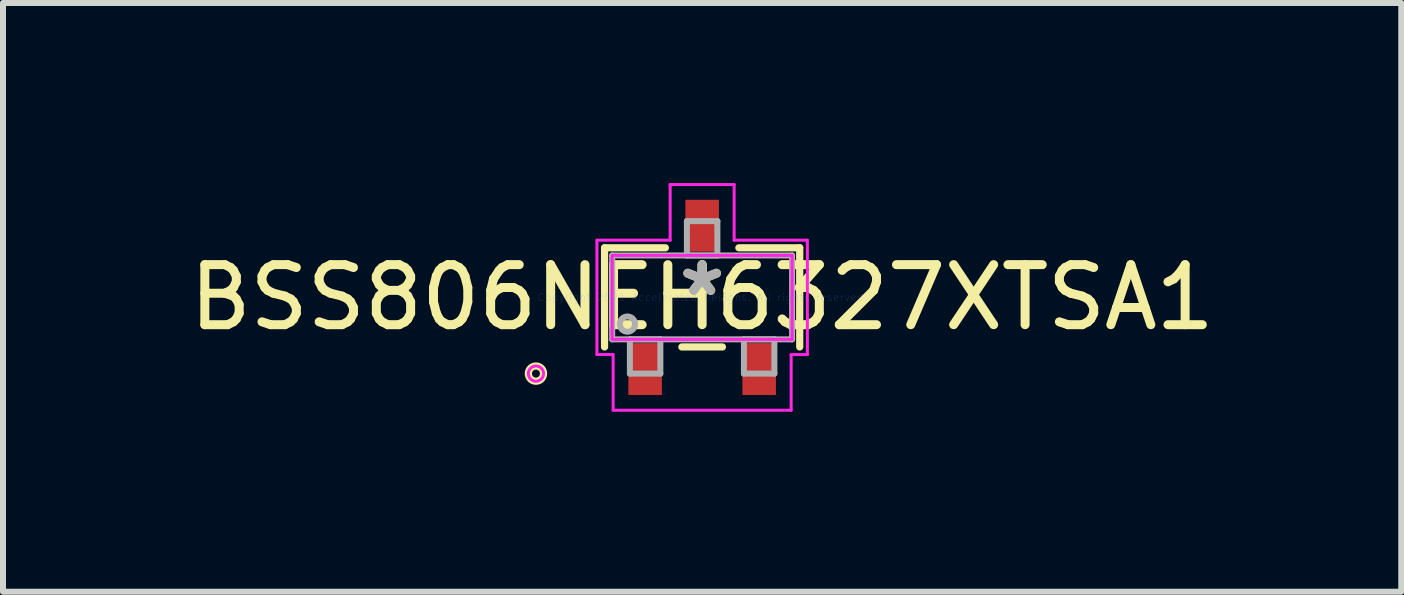
<source format=kicad_pcb>
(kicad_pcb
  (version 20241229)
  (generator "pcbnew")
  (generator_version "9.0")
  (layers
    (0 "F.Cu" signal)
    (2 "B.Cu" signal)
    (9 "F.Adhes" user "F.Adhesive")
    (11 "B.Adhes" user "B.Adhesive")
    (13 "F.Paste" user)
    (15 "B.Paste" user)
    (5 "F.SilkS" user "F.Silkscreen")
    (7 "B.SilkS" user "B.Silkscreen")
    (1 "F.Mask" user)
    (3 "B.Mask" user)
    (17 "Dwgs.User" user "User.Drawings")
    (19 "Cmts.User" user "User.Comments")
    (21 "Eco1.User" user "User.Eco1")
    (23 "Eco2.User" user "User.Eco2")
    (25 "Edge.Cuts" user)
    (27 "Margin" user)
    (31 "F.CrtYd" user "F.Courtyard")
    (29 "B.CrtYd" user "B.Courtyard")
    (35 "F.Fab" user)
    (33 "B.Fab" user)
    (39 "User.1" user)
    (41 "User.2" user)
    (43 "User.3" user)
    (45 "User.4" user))
  (footprint "BSS806NEH6327XTSA1"
    (layer "F.Cu")
    (at 8.649 1.905)
    (property "Reference" "BSS806NEH6327XTSA1" (at 0 0 0) (layer "F.SilkS") (effects (font (size 1 1) (thickness 0.15))))
    (attr through_hole)
    (fp_line (start -1.626 -0.826) (end -1.626 0.826) (stroke (width 0.12) (type solid)) (layer "F.SilkS"))
    (fp_line (start -0.612 -0.826) (end -1.626 -0.826) (stroke (width 0.12) (type solid)) (layer "F.SilkS"))
    (fp_line (start -0.338 0.826) (end 0.338 0.826) (stroke (width 0.12) (type solid)) (layer "F.SilkS"))
    (fp_line (start 1.626 -0.826) (end 0.612 -0.826) (stroke (width 0.12) (type solid)) (layer "F.SilkS"))
    (fp_line (start 1.626 0.826) (end 1.626 -0.826) (stroke (width 0.12) (type solid)) (layer "F.SilkS"))
    (fp_circle (center -2.769 1.27) (end -2.642 1.27) (stroke (width 0.12) (type solid)) (fill no) (layer "F.SilkS"))
    (fp_line (start -1.753 -0.953) (end -0.533 -0.953) (stroke (width 0.05) (type solid)) (layer "F.CrtYd"))
    (fp_line (start -1.753 0.953) (end -1.753 -0.953) (stroke (width 0.05) (type solid)) (layer "F.CrtYd"))
    (fp_line (start -1.499 -0.699) (end 1.499 -0.699) (stroke (width 0.05) (type solid)) (layer "F.CrtYd"))
    (fp_line (start -1.499 0.699) (end -1.499 -0.699) (stroke (width 0.05) (type solid)) (layer "F.CrtYd"))
    (fp_line (start -1.483 0.953) (end -1.753 0.953) (stroke (width 0.05) (type solid)) (layer "F.CrtYd"))
    (fp_line (start -1.483 1.88) (end -1.483 0.953) (stroke (width 0.05) (type solid)) (layer "F.CrtYd"))
    (fp_line (start -0.533 -1.88) (end 0.533 -1.88) (stroke (width 0.05) (type solid)) (layer "F.CrtYd"))
    (fp_line (start -0.533 -0.953) (end -0.533 -1.88) (stroke (width 0.05) (type solid)) (layer "F.CrtYd"))
    (fp_line (start 0.533 -1.88) (end 0.533 -0.953) (stroke (width 0.05) (type solid)) (layer "F.CrtYd"))
    (fp_line (start 0.533 -0.953) (end 1.753 -0.953) (stroke (width 0.05) (type solid)) (layer "F.CrtYd"))
    (fp_line (start 1.483 0.953) (end 1.483 1.88) (stroke (width 0.05) (type solid)) (layer "F.CrtYd"))
    (fp_line (start 1.483 1.88) (end -1.483 1.88) (stroke (width 0.05) (type solid)) (layer "F.CrtYd"))
    (fp_line (start 1.499 -0.699) (end 1.499 0.699) (stroke (width 0.05) (type solid)) (layer "F.CrtYd"))
    (fp_line (start 1.499 0.699) (end -1.499 0.699) (stroke (width 0.05) (type solid)) (layer "F.CrtYd"))
    (fp_line (start 1.753 -0.953) (end 1.753 0.953) (stroke (width 0.05) (type solid)) (layer "F.CrtYd"))
    (fp_line (start 1.753 0.953) (end 1.483 0.953) (stroke (width 0.05) (type solid)) (layer "F.CrtYd"))
    (fp_circle (center -2.769 1.27) (end -2.642 1.27) (stroke (width 0.05) (type solid)) (fill no) (layer "F.CrtYd"))
    (fp_line (start -1.499 -0.699) (end -1.499 0.699) (stroke (width 0.1) (type solid)) (layer "F.Fab"))
    (fp_line (start -1.499 0.699) (end 1.499 0.699) (stroke (width 0.1) (type solid)) (layer "F.Fab"))
    (fp_line (start -1.204 0.699) (end -1.204 1.27) (stroke (width 0.1) (type solid)) (layer "F.Fab"))
    (fp_line (start -1.204 1.27) (end -0.696 1.27) (stroke (width 0.1) (type solid)) (layer "F.Fab"))
    (fp_line (start -0.696 0.699) (end -1.204 0.699) (stroke (width 0.1) (type solid)) (layer "F.Fab"))
    (fp_line (start -0.696 1.27) (end -0.696 0.699) (stroke (width 0.1) (type solid)) (layer "F.Fab"))
    (fp_line (start -0.254 -1.27) (end -0.254 -0.699) (stroke (width 0.1) (type solid)) (layer "F.Fab"))
    (fp_line (start -0.254 -0.699) (end 0.254 -0.699) (stroke (width 0.1) (type solid)) (layer "F.Fab"))
    (fp_line (start 0.254 -1.27) (end -0.254 -1.27) (stroke (width 0.1) (type solid)) (layer "F.Fab"))
    (fp_line (start 0.254 -0.699) (end 0.254 -1.27) (stroke (width 0.1) (type solid)) (layer "F.Fab"))
    (fp_line (start 0.696 0.699) (end 0.696 1.27) (stroke (width 0.1) (type solid)) (layer "F.Fab"))
    (fp_line (start 0.696 1.27) (end 1.204 1.27) (stroke (width 0.1) (type solid)) (layer "F.Fab"))
    (fp_line (start 1.204 0.699) (end 0.696 0.699) (stroke (width 0.1) (type solid)) (layer "F.Fab"))
    (fp_line (start 1.204 1.27) (end 1.204 0.699) (stroke (width 0.1) (type solid)) (layer "F.Fab"))
    (fp_line (start 1.499 -0.699) (end -1.499 -0.699) (stroke (width 0.1) (type solid)) (layer "F.Fab"))
    (fp_line (start 1.499 0.699) (end 1.499 -0.699) (stroke (width 0.1) (type solid)) (layer "F.Fab"))
    (fp_circle (center -1.245 0.445) (end -1.118 0.445) (stroke (width 0.1) (type solid)) (fill no) (layer "F.Fab"))
    (fp_text user "*" (at 0 0 0) (layer "F.SilkS") (effects (font (size 1 1) (thickness 0.15))))
    (fp_text user "Copyright 2021 Accelerated Designs. All rights reserved." (at 0 0 0) (layer "Cmts.User") (effects (font (size 0.127 0.127) (thickness 0.002))))
    (fp_text user "*" (at 0 0 0) (layer "F.Fab") (effects (font (size 1 1) (thickness 0.15))))
    (pad "1" smd rect (at -0.95 1.194) (size 0.559 0.864) (layers "F.Cu" "F.Mask" "F.Paste"))
    (pad "2" smd rect (at 0.95 1.194) (size 0.559 0.864) (layers "F.Cu" "F.Mask" "F.Paste"))
    (pad "3" smd rect (at 0 -1.194) (size 0.559 0.864) (layers "F.Cu" "F.Mask" "F.Paste")))
  (gr_rect
    (start -3 -3)
    (end 20.298 6.809)
    (stroke (width 0.1) (type default))
    (fill no)
    (layer "Edge.Cuts")))
</source>
